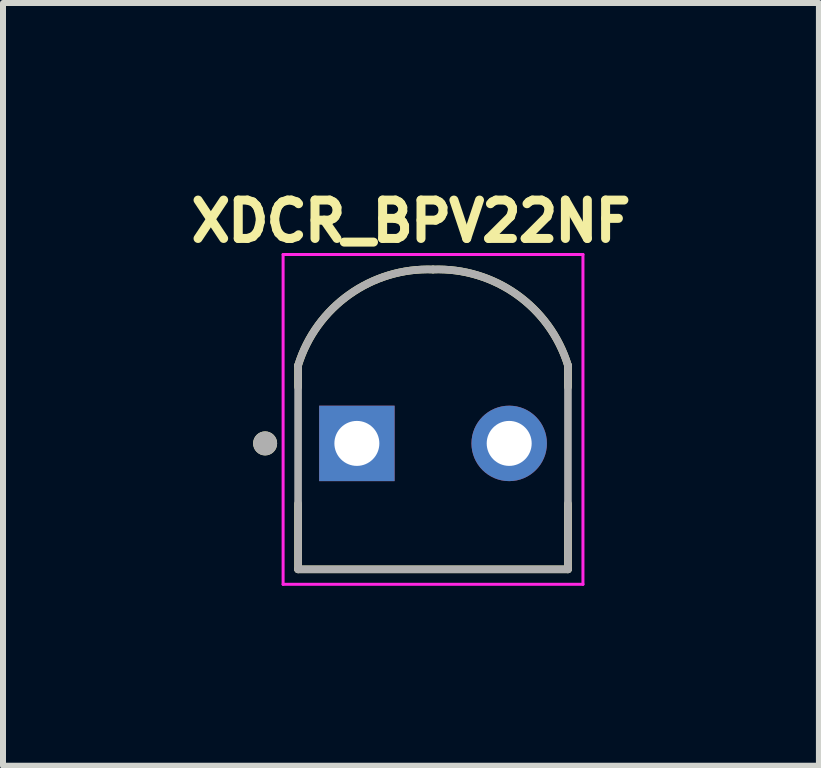
<source format=kicad_pcb>
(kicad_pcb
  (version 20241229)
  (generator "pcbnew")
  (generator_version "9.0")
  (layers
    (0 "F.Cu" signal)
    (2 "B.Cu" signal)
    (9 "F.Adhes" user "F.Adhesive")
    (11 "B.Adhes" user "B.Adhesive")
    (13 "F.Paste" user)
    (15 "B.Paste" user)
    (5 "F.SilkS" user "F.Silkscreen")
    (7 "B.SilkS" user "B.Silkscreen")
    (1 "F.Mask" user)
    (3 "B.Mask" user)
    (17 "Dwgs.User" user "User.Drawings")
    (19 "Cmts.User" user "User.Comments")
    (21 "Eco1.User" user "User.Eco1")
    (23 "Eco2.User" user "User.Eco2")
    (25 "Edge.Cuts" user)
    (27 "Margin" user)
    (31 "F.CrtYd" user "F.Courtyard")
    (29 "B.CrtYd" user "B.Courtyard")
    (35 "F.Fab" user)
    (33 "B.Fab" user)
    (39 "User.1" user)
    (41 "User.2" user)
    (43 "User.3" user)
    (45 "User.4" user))
  (footprint "XDCR_BPV22NF"
    (layer "F.Cu")
    (at 4.171 4.344)
    (property "Reference" "XDCR_BPV22NF" (at -0.368 -3.706 0) (layer "F.SilkS") (effects (font (size 0.64 0.64) (thickness 0.15))))
    (attr through_hole)
    (fp_line (start -2.25 -1.3) (end -2.25 -0.94) (stroke (width 0.127) (type solid)) (layer "F.SilkS"))
    (fp_line (start -2.25 1.005) (end -2.25 2.1) (stroke (width 0.127) (type solid)) (layer "F.SilkS"))
    (fp_line (start -2.25 2.1) (end 2.25 2.1) (stroke (width 0.127) (type solid)) (layer "F.SilkS"))
    (fp_line (start 2.25 -0.94) (end 2.25 -1.3) (stroke (width 0.127) (type solid)) (layer "F.SilkS"))
    (fp_line (start 2.25 2.1) (end 2.25 1.005) (stroke (width 0.127) (type solid)) (layer "F.SilkS"))
    (fp_arc (start -2.25 -1.3) (mid -1.396563 -2.481886) (end 0 -2.899999) (stroke (width 0.127) (type solid)) (layer "F.SilkS"))
    (fp_arc (start 0 -2.899999) (mid 1.396563 -2.481885) (end 2.25 -1.3) (stroke (width 0.127) (type solid)) (layer "F.SilkS"))
    (fp_circle (center -2.8 0) (end -2.7 0) (stroke (width 0.2) (type solid)) (fill no) (layer "F.SilkS"))
    (fp_line (start -2.5 -3.15) (end 2.5 -3.15) (stroke (width 0.05) (type solid)) (layer "F.CrtYd"))
    (fp_line (start -2.5 2.35) (end -2.5 -3.15) (stroke (width 0.05) (type solid)) (layer "F.CrtYd"))
    (fp_line (start 2.5 -3.15) (end 2.5 2.35) (stroke (width 0.05) (type solid)) (layer "F.CrtYd"))
    (fp_line (start 2.5 2.35) (end -2.5 2.35) (stroke (width 0.05) (type solid)) (layer "F.CrtYd"))
    (fp_line (start -2.25 -1.3) (end -2.25 2.1) (stroke (width 0.127) (type solid)) (layer "F.Fab"))
    (fp_line (start -2.25 2.1) (end 2.25 2.1) (stroke (width 0.127) (type solid)) (layer "F.Fab"))
    (fp_line (start 2.25 2.1) (end 2.25 -1.3) (stroke (width 0.127) (type solid)) (layer "F.Fab"))
    (fp_arc (start -2.25 -1.3) (mid -1.396563 -2.481886) (end 0 -2.899999) (stroke (width 0.127) (type solid)) (layer "F.Fab"))
    (fp_arc (start 0 -2.899999) (mid 1.396563 -2.481885) (end 2.25 -1.3) (stroke (width 0.127) (type solid)) (layer "F.Fab"))
    (fp_circle (center -2.8 0) (end -2.7 0) (stroke (width 0.2) (type solid)) (fill no) (layer "F.Fab"))
    (pad "A" thru_hole circle (at 1.27 0) (size 1.258 1.258) (drill 0.75) (layers "*.Cu" "*.Mask"))
    (pad "K" thru_hole rect (at -1.27 0) (size 1.258 1.258) (drill 0.75) (layers "*.Cu" "*.Mask")))
  (gr_rect
    (start -3 -3)
    (end 10.606 9.719)
    (stroke (width 0.1) (type default))
    (fill no)
    (layer "Edge.Cuts")))
</source>
